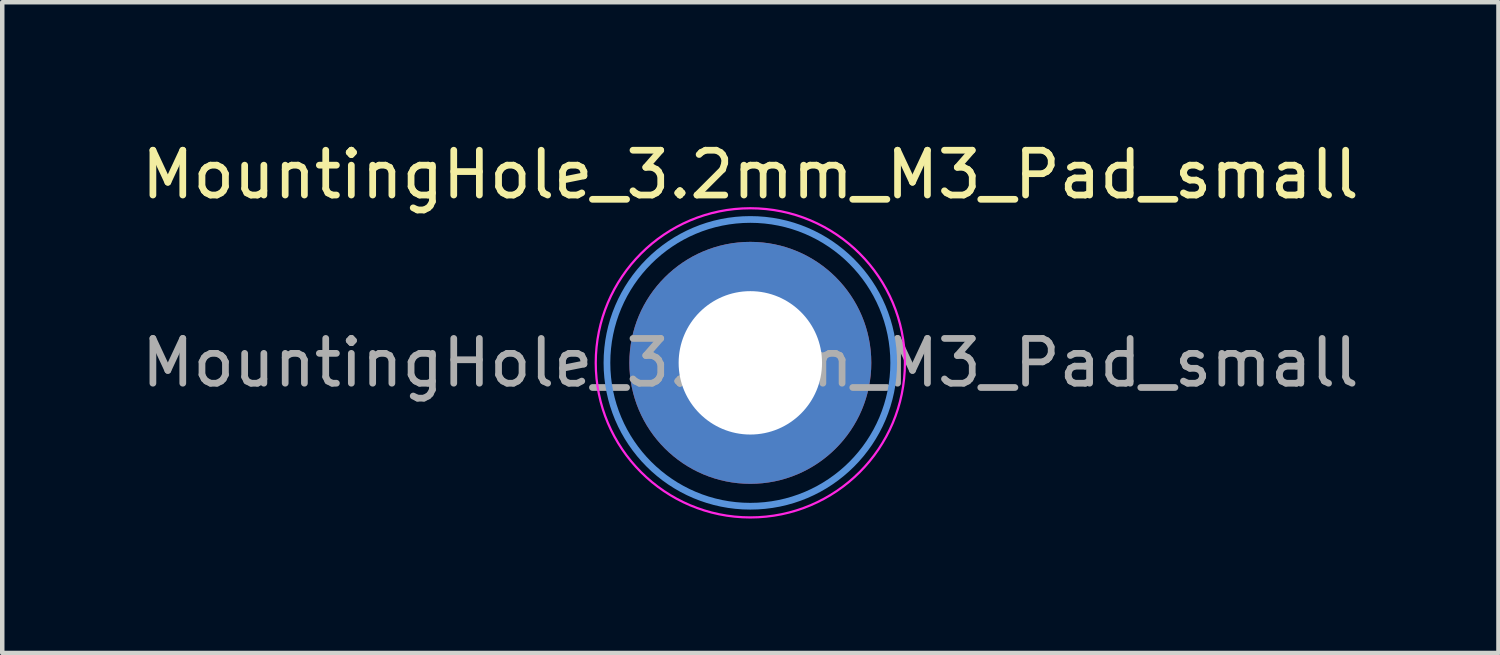
<source format=kicad_pcb>
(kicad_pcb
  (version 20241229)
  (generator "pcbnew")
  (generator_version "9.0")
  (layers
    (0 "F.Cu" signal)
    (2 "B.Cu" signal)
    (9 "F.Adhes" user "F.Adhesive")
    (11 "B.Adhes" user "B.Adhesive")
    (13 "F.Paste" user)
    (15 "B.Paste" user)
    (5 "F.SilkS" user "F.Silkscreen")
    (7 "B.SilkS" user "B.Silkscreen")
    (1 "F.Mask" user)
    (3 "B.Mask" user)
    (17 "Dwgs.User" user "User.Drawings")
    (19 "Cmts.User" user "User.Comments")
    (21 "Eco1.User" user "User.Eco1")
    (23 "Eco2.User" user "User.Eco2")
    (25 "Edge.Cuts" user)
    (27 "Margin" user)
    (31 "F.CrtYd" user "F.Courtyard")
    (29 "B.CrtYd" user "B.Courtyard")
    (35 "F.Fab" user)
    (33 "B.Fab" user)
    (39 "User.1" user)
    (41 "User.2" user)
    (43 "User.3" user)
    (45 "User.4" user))
  (footprint "MountingHole_3.2mm_M3_Pad_small"
    (layer "F.Cu")
    (at 13.696 5.048)
    (property "Reference" "MountingHole_3.2mm_M3_Pad_small" (at 0 -4.2 0) (layer "F.SilkS") (effects (font (size 1 1) (thickness 0.15))))
    (attr exclude_from_pos_files exclude_from_bom)
    (fp_circle (center 0 0) (end 3.2 0) (stroke (width 0.15) (type solid)) (fill no) (layer "Cmts.User"))
    (fp_circle (center 0 0) (end 3.45 0) (stroke (width 0.05) (type solid)) (fill no) (layer "F.CrtYd"))
    (fp_text user "${REFERENCE}" (at 0 0 0) (layer "F.Fab") (effects (font (size 1 1) (thickness 0.15))))
    (pad "1" thru_hole circle (at 0 0) (size 5.4 5.4) (drill 3.2) (layers "*.Cu" "*.Mask")))
  (gr_rect
    (start -3 -3)
    (end 30.393 11.523)
    (stroke (width 0.1) (type default))
    (fill no)
    (layer "Edge.Cuts")))
</source>
